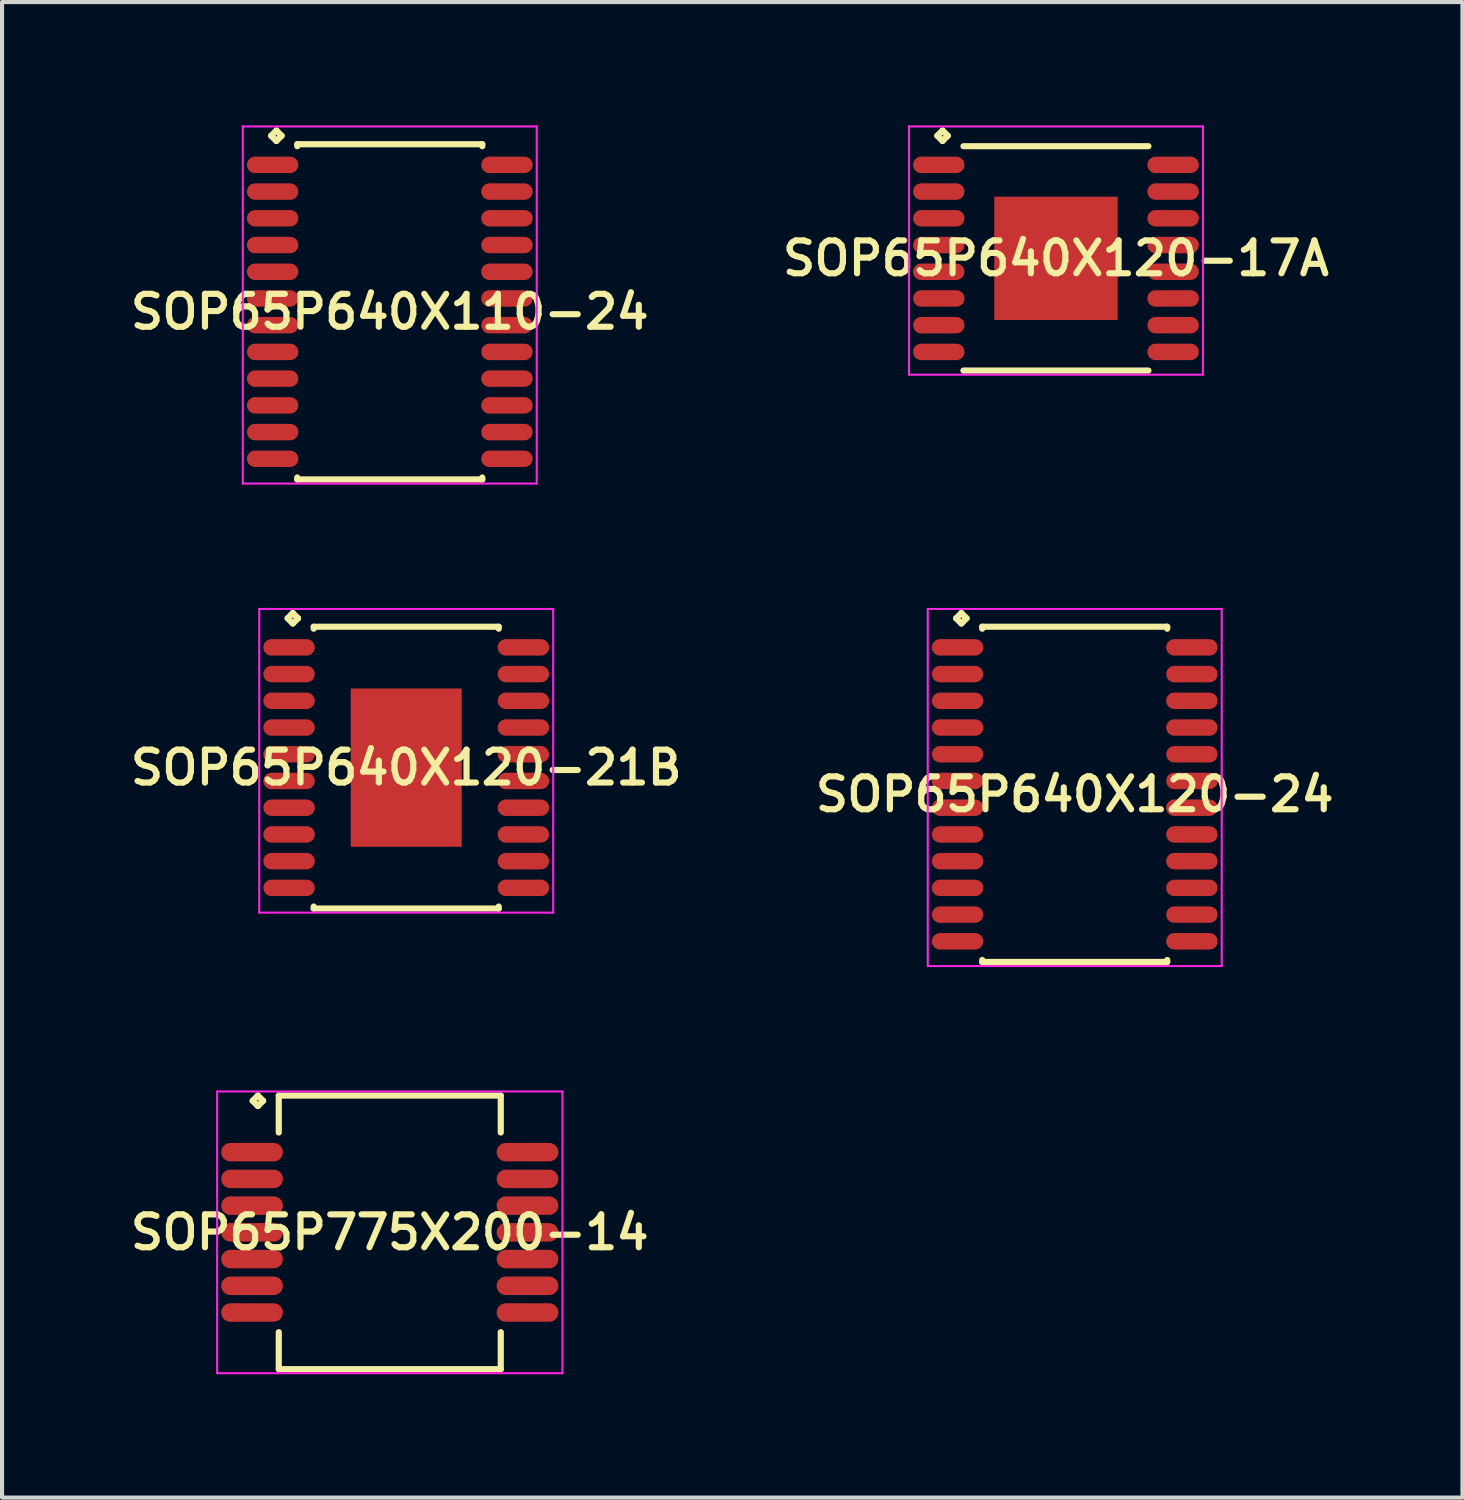
<source format=kicad_pcb>
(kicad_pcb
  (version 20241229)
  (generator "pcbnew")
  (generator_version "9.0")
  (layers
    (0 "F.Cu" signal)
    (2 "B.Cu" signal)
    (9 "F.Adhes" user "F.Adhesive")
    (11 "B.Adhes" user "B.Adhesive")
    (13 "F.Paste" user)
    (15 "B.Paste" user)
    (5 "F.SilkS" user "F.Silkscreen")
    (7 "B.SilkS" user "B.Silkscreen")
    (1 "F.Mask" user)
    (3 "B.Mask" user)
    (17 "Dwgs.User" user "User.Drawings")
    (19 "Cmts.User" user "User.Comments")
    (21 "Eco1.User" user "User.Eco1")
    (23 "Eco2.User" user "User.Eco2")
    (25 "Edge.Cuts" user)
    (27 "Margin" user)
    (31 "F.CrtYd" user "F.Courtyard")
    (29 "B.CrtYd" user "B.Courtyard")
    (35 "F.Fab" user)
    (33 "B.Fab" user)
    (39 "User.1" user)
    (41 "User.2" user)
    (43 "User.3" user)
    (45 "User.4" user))
  (footprint "SOP65P640X120-24"
    (layer "F.Cu")
    (at 23.092 16.272)
    (property "Reference" "SOP65P640X120-24" (at 0 0 0) (layer "F.SilkS") (effects (font (size 0.8 0.8) (thickness 0.15))))
    (attr smd)
    (fp_line (start -2.885 -4.283) (end -2.758 -4.41) (stroke (width 0.15) (type solid)) (layer "F.SilkS"))
    (fp_line (start -2.758 -4.41) (end -2.631 -4.283) (stroke (width 0.15) (type solid)) (layer "F.SilkS"))
    (fp_line (start -2.758 -4.156) (end -2.885 -4.283) (stroke (width 0.15) (type solid)) (layer "F.SilkS"))
    (fp_line (start -2.631 -4.283) (end -2.758 -4.156) (stroke (width 0.15) (type solid)) (layer "F.SilkS"))
    (fp_line (start -2.25 -4.077) (end 2.25 -4.077) (stroke (width 0.15) (type solid)) (layer "F.SilkS"))
    (fp_line (start -2.25 -4.029) (end -2.25 -4.077) (stroke (width 0.15) (type solid)) (layer "F.SilkS"))
    (fp_line (start -2.25 4.029) (end -2.25 4.077) (stroke (width 0.15) (type solid)) (layer "F.SilkS"))
    (fp_line (start -2.25 4.077) (end 2.25 4.077) (stroke (width 0.15) (type solid)) (layer "F.SilkS"))
    (fp_line (start 2.25 -4.077) (end 2.25 -4.029) (stroke (width 0.15) (type solid)) (layer "F.SilkS"))
    (fp_line (start 2.25 4.077) (end 2.25 4.029) (stroke (width 0.15) (type solid)) (layer "F.SilkS"))
    (fp_line (start -3.575 -4.51) (end 3.575 -4.51) (stroke (width 0.05) (type solid)) (layer "F.CrtYd"))
    (fp_line (start -3.575 4.177) (end -3.575 -4.51) (stroke (width 0.05) (type solid)) (layer "F.CrtYd"))
    (fp_line (start 3.575 -4.51) (end 3.575 4.177) (stroke (width 0.05) (type solid)) (layer "F.CrtYd"))
    (fp_line (start 3.575 4.177) (end -3.575 4.177) (stroke (width 0.05) (type solid)) (layer "F.CrtYd"))
    (pad "1" smd oval (at -2.85 -3.575) (size 1.25 0.4) (layers "F.Cu" "F.Mask" "F.Paste"))
    (pad "2" smd oval (at -2.85 -2.925) (size 1.25 0.4) (layers "F.Cu" "F.Mask" "F.Paste"))
    (pad "3" smd oval (at -2.85 -2.275) (size 1.25 0.4) (layers "F.Cu" "F.Mask" "F.Paste"))
    (pad "4" smd oval (at -2.85 -1.625) (size 1.25 0.4) (layers "F.Cu" "F.Mask" "F.Paste"))
    (pad "5" smd oval (at -2.85 -0.975) (size 1.25 0.4) (layers "F.Cu" "F.Mask" "F.Paste"))
    (pad "6" smd oval (at -2.85 -0.325) (size 1.25 0.4) (layers "F.Cu" "F.Mask" "F.Paste"))
    (pad "7" smd oval (at -2.85 0.325) (size 1.25 0.4) (layers "F.Cu" "F.Mask" "F.Paste"))
    (pad "8" smd oval (at -2.85 0.975) (size 1.25 0.4) (layers "F.Cu" "F.Mask" "F.Paste"))
    (pad "9" smd oval (at -2.85 1.625) (size 1.25 0.4) (layers "F.Cu" "F.Mask" "F.Paste"))
    (pad "10" smd oval (at -2.85 2.275) (size 1.25 0.4) (layers "F.Cu" "F.Mask" "F.Paste"))
    (pad "11" smd oval (at -2.85 2.925) (size 1.25 0.4) (layers "F.Cu" "F.Mask" "F.Paste"))
    (pad "12" smd oval (at -2.85 3.575) (size 1.25 0.4) (layers "F.Cu" "F.Mask" "F.Paste"))
    (pad "13" smd oval (at 2.85 3.575) (size 1.25 0.4) (layers "F.Cu" "F.Mask" "F.Paste"))
    (pad "14" smd oval (at 2.85 2.925) (size 1.25 0.4) (layers "F.Cu" "F.Mask" "F.Paste"))
    (pad "15" smd oval (at 2.85 2.275) (size 1.25 0.4) (layers "F.Cu" "F.Mask" "F.Paste"))
    (pad "16" smd oval (at 2.85 1.625) (size 1.25 0.4) (layers "F.Cu" "F.Mask" "F.Paste"))
    (pad "17" smd oval (at 2.85 0.975) (size 1.25 0.4) (layers "F.Cu" "F.Mask" "F.Paste"))
    (pad "18" smd oval (at 2.85 0.325) (size 1.25 0.4) (layers "F.Cu" "F.Mask" "F.Paste"))
    (pad "19" smd oval (at 2.85 -0.325) (size 1.25 0.4) (layers "F.Cu" "F.Mask" "F.Paste"))
    (pad "20" smd oval (at 2.85 -0.975) (size 1.25 0.4) (layers "F.Cu" "F.Mask" "F.Paste"))
    (pad "21" smd oval (at 2.85 -1.625) (size 1.25 0.4) (layers "F.Cu" "F.Mask" "F.Paste"))
    (pad "22" smd oval (at 2.85 -2.275) (size 1.25 0.4) (layers "F.Cu" "F.Mask" "F.Paste"))
    (pad "23" smd oval (at 2.85 -2.925) (size 1.25 0.4) (layers "F.Cu" "F.Mask" "F.Paste"))
    (pad "24" smd oval (at 2.85 -3.575) (size 1.25 0.4) (layers "F.Cu" "F.Mask" "F.Paste")))
  (footprint "SOP65P640X120-17A"
    (layer "F.Cu")
    (at 22.635 3.235)
    (property "Reference" "SOP65P640X120-17A" (at 0 0 0) (layer "F.SilkS") (effects (font (size 0.8 0.8) (thickness 0.15))))
    (attr smd)
    (fp_line (start -2.885 -2.983) (end -2.758 -3.11) (stroke (width 0.15) (type solid)) (layer "F.SilkS"))
    (fp_line (start -2.758 -3.11) (end -2.631 -2.983) (stroke (width 0.15) (type solid)) (layer "F.SilkS"))
    (fp_line (start -2.758 -2.856) (end -2.885 -2.983) (stroke (width 0.15) (type solid)) (layer "F.SilkS"))
    (fp_line (start -2.631 -2.983) (end -2.758 -2.856) (stroke (width 0.15) (type solid)) (layer "F.SilkS"))
    (fp_line (start -2.25 -2.729) (end 2.25 -2.729) (stroke (width 0.15) (type solid)) (layer "F.SilkS"))
    (fp_line (start -2.25 2.729) (end 2.25 2.729) (stroke (width 0.15) (type solid)) (layer "F.SilkS"))
    (fp_line (start -3.575 -3.21) (end 3.575 -3.21) (stroke (width 0.05) (type solid)) (layer "F.CrtYd"))
    (fp_line (start -3.575 2.829) (end -3.575 -3.21) (stroke (width 0.05) (type solid)) (layer "F.CrtYd"))
    (fp_line (start 3.575 -3.21) (end 3.575 2.829) (stroke (width 0.05) (type solid)) (layer "F.CrtYd"))
    (fp_line (start 3.575 2.829) (end -3.575 2.829) (stroke (width 0.05) (type solid)) (layer "F.CrtYd"))
    (pad "1" smd oval (at -2.85 -2.275) (size 1.25 0.4) (layers "F.Cu" "F.Mask" "F.Paste"))
    (pad "2" smd oval (at -2.85 -1.625) (size 1.25 0.4) (layers "F.Cu" "F.Mask" "F.Paste"))
    (pad "3" smd oval (at -2.85 -0.975) (size 1.25 0.4) (layers "F.Cu" "F.Mask" "F.Paste"))
    (pad "4" smd oval (at -2.85 -0.325) (size 1.25 0.4) (layers "F.Cu" "F.Mask" "F.Paste"))
    (pad "5" smd oval (at -2.85 0.325) (size 1.25 0.4) (layers "F.Cu" "F.Mask" "F.Paste"))
    (pad "6" smd oval (at -2.85 0.975) (size 1.25 0.4) (layers "F.Cu" "F.Mask" "F.Paste"))
    (pad "7" smd oval (at -2.85 1.625) (size 1.25 0.4) (layers "F.Cu" "F.Mask" "F.Paste"))
    (pad "8" smd oval (at -2.85 2.275) (size 1.25 0.4) (layers "F.Cu" "F.Mask" "F.Paste"))
    (pad "9" smd oval (at 2.85 2.275) (size 1.25 0.4) (layers "F.Cu" "F.Mask" "F.Paste"))
    (pad "10" smd oval (at 2.85 1.625) (size 1.25 0.4) (layers "F.Cu" "F.Mask" "F.Paste"))
    (pad "11" smd oval (at 2.85 0.975) (size 1.25 0.4) (layers "F.Cu" "F.Mask" "F.Paste"))
    (pad "12" smd oval (at 2.85 0.325) (size 1.25 0.4) (layers "F.Cu" "F.Mask" "F.Paste"))
    (pad "13" smd oval (at 2.85 -0.325) (size 1.25 0.4) (layers "F.Cu" "F.Mask" "F.Paste"))
    (pad "14" smd oval (at 2.85 -0.975) (size 1.25 0.4) (layers "F.Cu" "F.Mask" "F.Paste"))
    (pad "15" smd oval (at 2.85 -1.625) (size 1.25 0.4) (layers "F.Cu" "F.Mask" "F.Paste"))
    (pad "16" smd oval (at 2.85 -2.275) (size 1.25 0.4) (layers "F.Cu" "F.Mask" "F.Paste"))
    (pad "17" smd rect (at 0 0) (size 3 3) (layers "F.Cu" "F.Mask" "F.Paste")))
  (footprint "SOP65P640X120-21B"
    (layer "F.Cu")
    (at 6.831 15.622)
    (property "Reference" "SOP65P640X120-21B" (at 0 0 0) (layer "F.SilkS") (effects (font (size 0.8 0.8) (thickness 0.15))))
    (attr smd)
    (fp_line (start -2.885 -3.633) (end -2.758 -3.76) (stroke (width 0.15) (type solid)) (layer "F.SilkS"))
    (fp_line (start -2.758 -3.76) (end -2.631 -3.633) (stroke (width 0.15) (type solid)) (layer "F.SilkS"))
    (fp_line (start -2.758 -3.506) (end -2.885 -3.633) (stroke (width 0.15) (type solid)) (layer "F.SilkS"))
    (fp_line (start -2.631 -3.633) (end -2.758 -3.506) (stroke (width 0.15) (type solid)) (layer "F.SilkS"))
    (fp_line (start -2.25 -3.427) (end 2.25 -3.427) (stroke (width 0.15) (type solid)) (layer "F.SilkS"))
    (fp_line (start -2.25 -3.379) (end -2.25 -3.427) (stroke (width 0.15) (type solid)) (layer "F.SilkS"))
    (fp_line (start -2.25 3.379) (end -2.25 3.427) (stroke (width 0.15) (type solid)) (layer "F.SilkS"))
    (fp_line (start -2.25 3.427) (end 2.25 3.427) (stroke (width 0.15) (type solid)) (layer "F.SilkS"))
    (fp_line (start 2.25 -3.427) (end 2.25 -3.379) (stroke (width 0.15) (type solid)) (layer "F.SilkS"))
    (fp_line (start 2.25 3.427) (end 2.25 3.379) (stroke (width 0.15) (type solid)) (layer "F.SilkS"))
    (fp_line (start -3.575 -3.86) (end 3.575 -3.86) (stroke (width 0.05) (type solid)) (layer "F.CrtYd"))
    (fp_line (start -3.575 3.527) (end -3.575 -3.86) (stroke (width 0.05) (type solid)) (layer "F.CrtYd"))
    (fp_line (start 3.575 -3.86) (end 3.575 3.527) (stroke (width 0.05) (type solid)) (layer "F.CrtYd"))
    (fp_line (start 3.575 3.527) (end -3.575 3.527) (stroke (width 0.05) (type solid)) (layer "F.CrtYd"))
    (pad "1" smd oval (at -2.85 -2.925) (size 1.25 0.4) (layers "F.Cu" "F.Mask" "F.Paste"))
    (pad "2" smd oval (at -2.85 -2.275) (size 1.25 0.4) (layers "F.Cu" "F.Mask" "F.Paste"))
    (pad "3" smd oval (at -2.85 -1.625) (size 1.25 0.4) (layers "F.Cu" "F.Mask" "F.Paste"))
    (pad "4" smd oval (at -2.85 -0.975) (size 1.25 0.4) (layers "F.Cu" "F.Mask" "F.Paste"))
    (pad "5" smd oval (at -2.85 -0.325) (size 1.25 0.4) (layers "F.Cu" "F.Mask" "F.Paste"))
    (pad "6" smd oval (at -2.85 0.325) (size 1.25 0.4) (layers "F.Cu" "F.Mask" "F.Paste"))
    (pad "7" smd oval (at -2.85 0.975) (size 1.25 0.4) (layers "F.Cu" "F.Mask" "F.Paste"))
    (pad "8" smd oval (at -2.85 1.625) (size 1.25 0.4) (layers "F.Cu" "F.Mask" "F.Paste"))
    (pad "9" smd oval (at -2.85 2.275) (size 1.25 0.4) (layers "F.Cu" "F.Mask" "F.Paste"))
    (pad "10" smd oval (at -2.85 2.925) (size 1.25 0.4) (layers "F.Cu" "F.Mask" "F.Paste"))
    (pad "11" smd oval (at 2.85 2.925) (size 1.25 0.4) (layers "F.Cu" "F.Mask" "F.Paste"))
    (pad "12" smd oval (at 2.85 2.275) (size 1.25 0.4) (layers "F.Cu" "F.Mask" "F.Paste"))
    (pad "13" smd oval (at 2.85 1.625) (size 1.25 0.4) (layers "F.Cu" "F.Mask" "F.Paste"))
    (pad "14" smd oval (at 2.85 0.975) (size 1.25 0.4) (layers "F.Cu" "F.Mask" "F.Paste"))
    (pad "15" smd oval (at 2.85 0.325) (size 1.25 0.4) (layers "F.Cu" "F.Mask" "F.Paste"))
    (pad "16" smd oval (at 2.85 -0.325) (size 1.25 0.4) (layers "F.Cu" "F.Mask" "F.Paste"))
    (pad "17" smd oval (at 2.85 -0.975) (size 1.25 0.4) (layers "F.Cu" "F.Mask" "F.Paste"))
    (pad "18" smd oval (at 2.85 -1.625) (size 1.25 0.4) (layers "F.Cu" "F.Mask" "F.Paste"))
    (pad "19" smd oval (at 2.85 -2.275) (size 1.25 0.4) (layers "F.Cu" "F.Mask" "F.Paste"))
    (pad "20" smd oval (at 2.85 -2.925) (size 1.25 0.4) (layers "F.Cu" "F.Mask" "F.Paste"))
    (pad "21" smd rect (at 0 0) (size 2.7 3.85) (layers "F.Cu" "F.Mask" "F.Paste")))
  (footprint "SOP65P640X110-24"
    (layer "F.Cu")
    (at 6.431 4.535)
    (property "Reference" "SOP65P640X110-24" (at 0 0 0) (layer "F.SilkS") (effects (font (size 0.8 0.8) (thickness 0.15))))
    (attr smd)
    (fp_line (start -2.885 -4.283) (end -2.758 -4.41) (stroke (width 0.15) (type solid)) (layer "F.SilkS"))
    (fp_line (start -2.758 -4.41) (end -2.631 -4.283) (stroke (width 0.15) (type solid)) (layer "F.SilkS"))
    (fp_line (start -2.758 -4.156) (end -2.885 -4.283) (stroke (width 0.15) (type solid)) (layer "F.SilkS"))
    (fp_line (start -2.631 -4.283) (end -2.758 -4.156) (stroke (width 0.15) (type solid)) (layer "F.SilkS"))
    (fp_line (start -2.25 -4.077) (end 2.25 -4.077) (stroke (width 0.15) (type solid)) (layer "F.SilkS"))
    (fp_line (start -2.25 -4.029) (end -2.25 -4.077) (stroke (width 0.15) (type solid)) (layer "F.SilkS"))
    (fp_line (start -2.25 4.029) (end -2.25 4.077) (stroke (width 0.15) (type solid)) (layer "F.SilkS"))
    (fp_line (start -2.25 4.077) (end 2.25 4.077) (stroke (width 0.15) (type solid)) (layer "F.SilkS"))
    (fp_line (start 2.25 -4.077) (end 2.25 -4.029) (stroke (width 0.15) (type solid)) (layer "F.SilkS"))
    (fp_line (start 2.25 4.077) (end 2.25 4.029) (stroke (width 0.15) (type solid)) (layer "F.SilkS"))
    (fp_line (start -3.575 -4.51) (end 3.575 -4.51) (stroke (width 0.05) (type solid)) (layer "F.CrtYd"))
    (fp_line (start -3.575 4.177) (end -3.575 -4.51) (stroke (width 0.05) (type solid)) (layer "F.CrtYd"))
    (fp_line (start 3.575 -4.51) (end 3.575 4.177) (stroke (width 0.05) (type solid)) (layer "F.CrtYd"))
    (fp_line (start 3.575 4.177) (end -3.575 4.177) (stroke (width 0.05) (type solid)) (layer "F.CrtYd"))
    (pad "1" smd oval (at -2.85 -3.575) (size 1.25 0.4) (layers "F.Cu" "F.Mask" "F.Paste"))
    (pad "2" smd oval (at -2.85 -2.925) (size 1.25 0.4) (layers "F.Cu" "F.Mask" "F.Paste"))
    (pad "3" smd oval (at -2.85 -2.275) (size 1.25 0.4) (layers "F.Cu" "F.Mask" "F.Paste"))
    (pad "4" smd oval (at -2.85 -1.625) (size 1.25 0.4) (layers "F.Cu" "F.Mask" "F.Paste"))
    (pad "5" smd oval (at -2.85 -0.975) (size 1.25 0.4) (layers "F.Cu" "F.Mask" "F.Paste"))
    (pad "6" smd oval (at -2.85 -0.325) (size 1.25 0.4) (layers "F.Cu" "F.Mask" "F.Paste"))
    (pad "7" smd oval (at -2.85 0.325) (size 1.25 0.4) (layers "F.Cu" "F.Mask" "F.Paste"))
    (pad "8" smd oval (at -2.85 0.975) (size 1.25 0.4) (layers "F.Cu" "F.Mask" "F.Paste"))
    (pad "9" smd oval (at -2.85 1.625) (size 1.25 0.4) (layers "F.Cu" "F.Mask" "F.Paste"))
    (pad "10" smd oval (at -2.85 2.275) (size 1.25 0.4) (layers "F.Cu" "F.Mask" "F.Paste"))
    (pad "11" smd oval (at -2.85 2.925) (size 1.25 0.4) (layers "F.Cu" "F.Mask" "F.Paste"))
    (pad "12" smd oval (at -2.85 3.575) (size 1.25 0.4) (layers "F.Cu" "F.Mask" "F.Paste"))
    (pad "13" smd oval (at 2.85 3.575) (size 1.25 0.4) (layers "F.Cu" "F.Mask" "F.Paste"))
    (pad "14" smd oval (at 2.85 2.925) (size 1.25 0.4) (layers "F.Cu" "F.Mask" "F.Paste"))
    (pad "15" smd oval (at 2.85 2.275) (size 1.25 0.4) (layers "F.Cu" "F.Mask" "F.Paste"))
    (pad "16" smd oval (at 2.85 1.625) (size 1.25 0.4) (layers "F.Cu" "F.Mask" "F.Paste"))
    (pad "17" smd oval (at 2.85 0.975) (size 1.25 0.4) (layers "F.Cu" "F.Mask" "F.Paste"))
    (pad "18" smd oval (at 2.85 0.325) (size 1.25 0.4) (layers "F.Cu" "F.Mask" "F.Paste"))
    (pad "19" smd oval (at 2.85 -0.325) (size 1.25 0.4) (layers "F.Cu" "F.Mask" "F.Paste"))
    (pad "20" smd oval (at 2.85 -0.975) (size 1.25 0.4) (layers "F.Cu" "F.Mask" "F.Paste"))
    (pad "21" smd oval (at 2.85 -1.625) (size 1.25 0.4) (layers "F.Cu" "F.Mask" "F.Paste"))
    (pad "22" smd oval (at 2.85 -2.275) (size 1.25 0.4) (layers "F.Cu" "F.Mask" "F.Paste"))
    (pad "23" smd oval (at 2.85 -2.925) (size 1.25 0.4) (layers "F.Cu" "F.Mask" "F.Paste"))
    (pad "24" smd oval (at 2.85 -3.575) (size 1.25 0.4) (layers "F.Cu" "F.Mask" "F.Paste")))
  (footprint "SOP65P775X200-14"
    (layer "F.Cu")
    (at 6.431 26.926)
    (property "Reference" "SOP65P775X200-14" (at 0 0 0) (layer "F.SilkS") (effects (font (size 0.8 0.8) (thickness 0.15))))
    (attr smd)
    (fp_line (start -3.335 -3.2) (end -3.208 -3.327) (stroke (width 0.15) (type solid)) (layer "F.SilkS"))
    (fp_line (start -3.208 -3.327) (end -3.081 -3.2) (stroke (width 0.15) (type solid)) (layer "F.SilkS"))
    (fp_line (start -3.208 -3.073) (end -3.335 -3.2) (stroke (width 0.15) (type solid)) (layer "F.SilkS"))
    (fp_line (start -3.081 -3.2) (end -3.208 -3.073) (stroke (width 0.15) (type solid)) (layer "F.SilkS"))
    (fp_line (start -2.7 -3.327) (end 2.7 -3.327) (stroke (width 0.15) (type solid)) (layer "F.SilkS"))
    (fp_line (start -2.7 -2.429) (end -2.7 -3.327) (stroke (width 0.15) (type solid)) (layer "F.SilkS"))
    (fp_line (start -2.7 2.429) (end -2.7 3.327) (stroke (width 0.15) (type solid)) (layer "F.SilkS"))
    (fp_line (start -2.7 3.327) (end 2.7 3.327) (stroke (width 0.15) (type solid)) (layer "F.SilkS"))
    (fp_line (start 2.7 -3.327) (end 2.7 -2.429) (stroke (width 0.15) (type solid)) (layer "F.SilkS"))
    (fp_line (start 2.7 3.327) (end 2.7 2.429) (stroke (width 0.15) (type solid)) (layer "F.SilkS"))
    (fp_line (start -4.2 -3.427) (end 4.2 -3.427) (stroke (width 0.05) (type solid)) (layer "F.CrtYd"))
    (fp_line (start -4.2 3.427) (end -4.2 -3.427) (stroke (width 0.05) (type solid)) (layer "F.CrtYd"))
    (fp_line (start 4.2 -3.427) (end 4.2 3.427) (stroke (width 0.05) (type solid)) (layer "F.CrtYd"))
    (fp_line (start 4.2 3.427) (end -4.2 3.427) (stroke (width 0.05) (type solid)) (layer "F.CrtYd"))
    (pad "1" smd oval (at -3.35 -1.95) (size 1.5 0.45) (layers "F.Cu" "F.Mask" "F.Paste"))
    (pad "2" smd oval (at -3.35 -1.3) (size 1.5 0.45) (layers "F.Cu" "F.Mask" "F.Paste"))
    (pad "3" smd oval (at -3.35 -0.65) (size 1.5 0.45) (layers "F.Cu" "F.Mask" "F.Paste"))
    (pad "4" smd oval (at -3.35 0) (size 1.5 0.45) (layers "F.Cu" "F.Mask" "F.Paste"))
    (pad "5" smd oval (at -3.35 0.65) (size 1.5 0.45) (layers "F.Cu" "F.Mask" "F.Paste"))
    (pad "6" smd oval (at -3.35 1.3) (size 1.5 0.45) (layers "F.Cu" "F.Mask" "F.Paste"))
    (pad "7" smd oval (at -3.35 1.95) (size 1.5 0.45) (layers "F.Cu" "F.Mask" "F.Paste"))
    (pad "8" smd oval (at 3.35 1.95) (size 1.5 0.45) (layers "F.Cu" "F.Mask" "F.Paste"))
    (pad "9" smd oval (at 3.35 1.3) (size 1.5 0.45) (layers "F.Cu" "F.Mask" "F.Paste"))
    (pad "10" smd oval (at 3.35 0.65) (size 1.5 0.45) (layers "F.Cu" "F.Mask" "F.Paste"))
    (pad "11" smd oval (at 3.35 0) (size 1.5 0.45) (layers "F.Cu" "F.Mask" "F.Paste"))
    (pad "12" smd oval (at 3.35 -0.65) (size 1.5 0.45) (layers "F.Cu" "F.Mask" "F.Paste"))
    (pad "13" smd oval (at 3.35 -1.3) (size 1.5 0.45) (layers "F.Cu" "F.Mask" "F.Paste"))
    (pad "14" smd oval (at 3.35 -1.95) (size 1.5 0.45) (layers "F.Cu" "F.Mask" "F.Paste")))
  (gr_rect
    (start -3 -3)
    (end 32.523 33.378)
    (stroke (width 0.1) (type default))
    (fill no)
    (layer "Edge.Cuts")))
</source>
